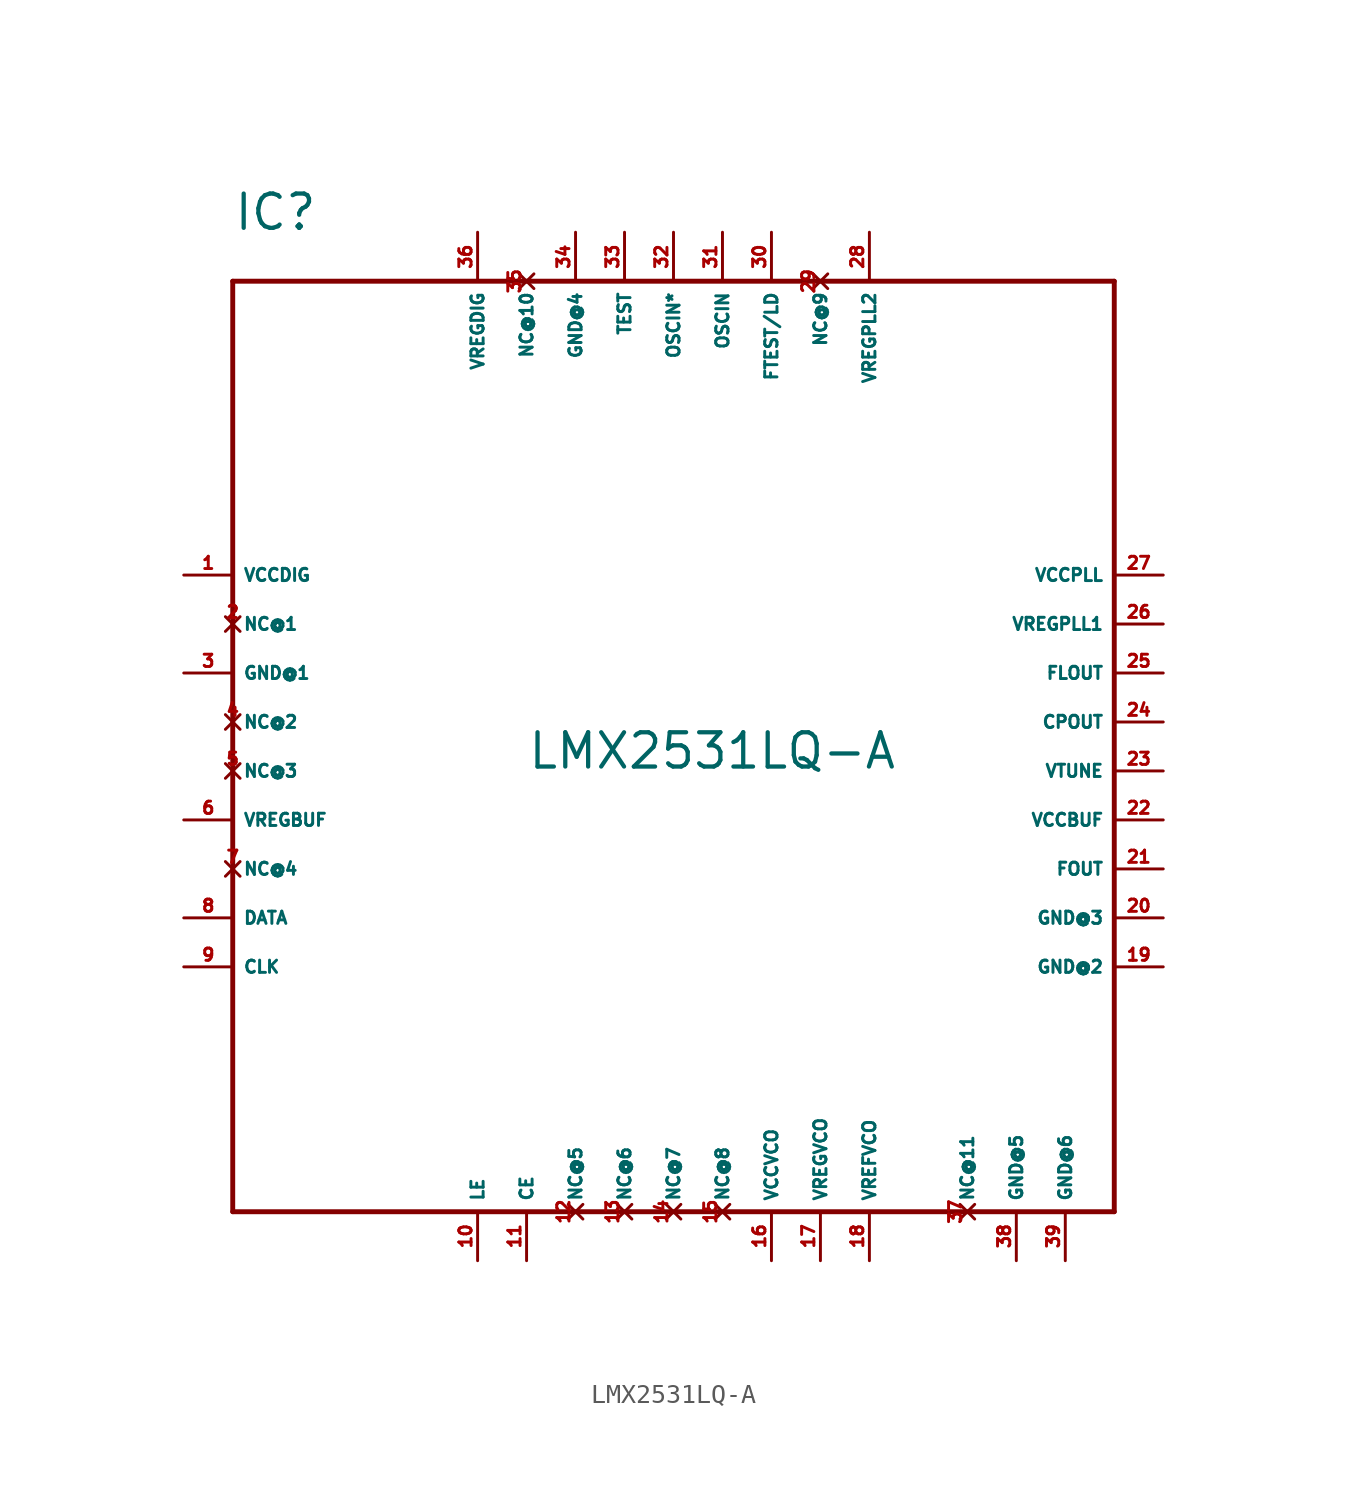
<source format=kicad_sym>
(kicad_symbol_lib
  (version 20220914)
  (generator Eagle2Kicad)
  (symbol "LMX2531LQ-A"
    (property "Reference" "IC"
      (at -22.86 27.94 0)
      (effects (font (size 1.778 1.778) (thickness 0.22)) (justify left bottom)))
    (property "Value" "LMX2531LQ-A"
      (at -7.62 0 0)
      (effects (font (size 1.778 1.778) (thickness 0.22)) (justify left bottom)))
    (polyline
      (pts (xy -22.86 25.4) (xy 22.86 25.4))
      (stroke (width 0.254) (type default))
      (fill (type none)))
    (polyline
      (pts (xy 22.86 25.4) (xy 22.86 -22.86))
      (stroke (width 0.254) (type default))
      (fill (type none)))
    (polyline
      (pts (xy 22.86 -22.86) (xy -22.86 -22.86))
      (stroke (width 0.254) (type default))
      (fill (type none)))
    (polyline
      (pts (xy -22.86 -22.86) (xy -22.86 25.4))
      (stroke (width 0.254) (type default))
      (fill (type none)))
    (pin unspecified line
      (at -25.4 10.16 0)
      (length 2.54)
      (name "VCCDIG" (effects (font (size 0.635 0.635) (thickness 0.08)) (justify left bottom)))
      (number "1" (effects (font (size 0.635 0.635) (thickness 0.08)) (justify left bottom))))
    (pin no_connect line
      (at -22.86 7.62 0)
      (length 0)
      (name "NC@1" (effects (font (size 0.635 0.635) (thickness 0.08)) (justify left bottom) hide))
      (number "2" (effects (font (size 0.635 0.635) (thickness 0.08)) (justify left bottom) hide)))
    (pin no_connect line
      (at -22.86 2.54 0)
      (length 0)
      (name "NC@2" (effects (font (size 0.635 0.635) (thickness 0.08)) (justify left bottom) hide))
      (number "4" (effects (font (size 0.635 0.635) (thickness 0.08)) (justify left bottom) hide)))
    (pin no_connect line
      (at -22.86 0 0)
      (length 0)
      (name "NC@3" (effects (font (size 0.635 0.635) (thickness 0.08)) (justify left bottom) hide))
      (number "5" (effects (font (size 0.635 0.635) (thickness 0.08)) (justify left bottom) hide)))
    (pin no_connect line
      (at -22.86 -5.08 0)
      (length 0)
      (name "NC@4" (effects (font (size 0.635 0.635) (thickness 0.08)) (justify left bottom) hide))
      (number "7" (effects (font (size 0.635 0.635) (thickness 0.08)) (justify left bottom) hide)))
    (pin no_connect line
      (at -5.08 -22.86 90)
      (length 0)
      (name "NC@5" (effects (font (size 0.635 0.635) (thickness 0.08)) (justify left bottom) hide))
      (number "12" (effects (font (size 0.635 0.635) (thickness 0.08)) (justify left bottom) hide)))
    (pin no_connect line
      (at -2.54 -22.86 90)
      (length 0)
      (name "NC@6" (effects (font (size 0.635 0.635) (thickness 0.08)) (justify left bottom) hide))
      (number "13" (effects (font (size 0.635 0.635) (thickness 0.08)) (justify left bottom) hide)))
    (pin no_connect line
      (at 0 -22.86 90)
      (length 0)
      (name "NC@7" (effects (font (size 0.635 0.635) (thickness 0.08)) (justify left bottom) hide))
      (number "14" (effects (font (size 0.635 0.635) (thickness 0.08)) (justify left bottom) hide)))
    (pin no_connect line
      (at 2.54 -22.86 90)
      (length 0)
      (name "NC@8" (effects (font (size 0.635 0.635) (thickness 0.08)) (justify left bottom) hide))
      (number "15" (effects (font (size 0.635 0.635) (thickness 0.08)) (justify left bottom) hide)))
    (pin no_connect line
      (at 7.62 25.4 270)
      (length 0)
      (name "NC@9" (effects (font (size 0.635 0.635) (thickness 0.08)) (justify left bottom) hide))
      (number "29" (effects (font (size 0.635 0.635) (thickness 0.08)) (justify left bottom) hide)))
    (pin no_connect line
      (at -7.62 25.4 270)
      (length 0)
      (name "NC@10" (effects (font (size 0.635 0.635) (thickness 0.08)) (justify left bottom) hide))
      (number "35" (effects (font (size 0.635 0.635) (thickness 0.08)) (justify left bottom) hide)))
    (pin unspecified line
      (at -25.4 5.08 0)
      (length 2.54)
      (name "GND@1" (effects (font (size 0.635 0.635) (thickness 0.08)) (justify left bottom)))
      (number "3" (effects (font (size 0.635 0.635) (thickness 0.08)) (justify left bottom))))
    (pin unspecified line
      (at 25.4 -10.16 180)
      (length 2.54)
      (name "GND@2" (effects (font (size 0.635 0.635) (thickness 0.08)) (justify left bottom)))
      (number "19" (effects (font (size 0.635 0.635) (thickness 0.08)) (justify left bottom))))
    (pin unspecified line
      (at 25.4 -7.62 180)
      (length 2.54)
      (name "GND@3" (effects (font (size 0.635 0.635) (thickness 0.08)) (justify left bottom)))
      (number "20" (effects (font (size 0.635 0.635) (thickness 0.08)) (justify left bottom))))
    (pin unspecified line
      (at -5.08 27.94 270)
      (length 2.54)
      (name "GND@4" (effects (font (size 0.635 0.635) (thickness 0.08)) (justify left bottom)))
      (number "34" (effects (font (size 0.635 0.635) (thickness 0.08)) (justify left bottom))))
    (pin input line
      (at -25.4 -2.54 0)
      (length 2.54)
      (name "VREGBUF" (effects (font (size 0.635 0.635) (thickness 0.08)) (justify left bottom)))
      (number "6" (effects (font (size 0.635 0.635) (thickness 0.08)) (justify left bottom))))
    (pin input line
      (at -25.4 -7.62 0)
      (length 2.54)
      (name "DATA" (effects (font (size 0.635 0.635) (thickness 0.08)) (justify left bottom)))
      (number "8" (effects (font (size 0.635 0.635) (thickness 0.08)) (justify left bottom))))
    (pin input line
      (at -25.4 -10.16 0)
      (length 2.54)
      (name "CLK" (effects (font (size 0.635 0.635) (thickness 0.08)) (justify left bottom)))
      (number "9" (effects (font (size 0.635 0.635) (thickness 0.08)) (justify left bottom))))
    (pin input line
      (at -10.16 -25.4 90)
      (length 2.54)
      (name "LE" (effects (font (size 0.635 0.635) (thickness 0.08)) (justify left bottom)))
      (number "10" (effects (font (size 0.635 0.635) (thickness 0.08)) (justify left bottom))))
    (pin input line
      (at -7.62 -25.4 90)
      (length 2.54)
      (name "CE" (effects (font (size 0.635 0.635) (thickness 0.08)) (justify left bottom)))
      (number "11" (effects (font (size 0.635 0.635) (thickness 0.08)) (justify left bottom))))
    (pin input line
      (at 5.08 -25.4 90)
      (length 2.54)
      (name "VCCVCO" (effects (font (size 0.635 0.635) (thickness 0.08)) (justify left bottom)))
      (number "16" (effects (font (size 0.635 0.635) (thickness 0.08)) (justify left bottom))))
    (pin passive line
      (at 7.62 -25.4 90)
      (length 2.54)
      (name "VREGVCO" (effects (font (size 0.635 0.635) (thickness 0.08)) (justify left bottom)))
      (number "17" (effects (font (size 0.635 0.635) (thickness 0.08)) (justify left bottom))))
    (pin passive line
      (at 10.16 -25.4 90)
      (length 2.54)
      (name "VREFVCO" (effects (font (size 0.635 0.635) (thickness 0.08)) (justify left bottom)))
      (number "18" (effects (font (size 0.635 0.635) (thickness 0.08)) (justify left bottom))))
    (pin output line
      (at 25.4 -5.08 180)
      (length 2.54)
      (name "FOUT" (effects (font (size 0.635 0.635) (thickness 0.08)) (justify left bottom)))
      (number "21" (effects (font (size 0.635 0.635) (thickness 0.08)) (justify left bottom))))
    (pin input line
      (at 25.4 -2.54 180)
      (length 2.54)
      (name "VCCBUF" (effects (font (size 0.635 0.635) (thickness 0.08)) (justify left bottom)))
      (number "22" (effects (font (size 0.635 0.635) (thickness 0.08)) (justify left bottom))))
    (pin input line
      (at 25.4 0 180)
      (length 2.54)
      (name "VTUNE" (effects (font (size 0.635 0.635) (thickness 0.08)) (justify left bottom)))
      (number "23" (effects (font (size 0.635 0.635) (thickness 0.08)) (justify left bottom))))
    (pin output line
      (at 25.4 2.54 180)
      (length 2.54)
      (name "CPOUT" (effects (font (size 0.635 0.635) (thickness 0.08)) (justify left bottom)))
      (number "24" (effects (font (size 0.635 0.635) (thickness 0.08)) (justify left bottom))))
    (pin output line
      (at 25.4 5.08 180)
      (length 2.54)
      (name "FLOUT" (effects (font (size 0.635 0.635) (thickness 0.08)) (justify left bottom)))
      (number "25" (effects (font (size 0.635 0.635) (thickness 0.08)) (justify left bottom))))
    (pin passive line
      (at 25.4 7.62 180)
      (length 2.54)
      (name "VREGPLL1" (effects (font (size 0.635 0.635) (thickness 0.08)) (justify left bottom)))
      (number "26" (effects (font (size 0.635 0.635) (thickness 0.08)) (justify left bottom))))
    (pin input line
      (at 25.4 10.16 180)
      (length 2.54)
      (name "VCCPLL" (effects (font (size 0.635 0.635) (thickness 0.08)) (justify left bottom)))
      (number "27" (effects (font (size 0.635 0.635) (thickness 0.08)) (justify left bottom))))
    (pin passive line
      (at 10.16 27.94 270)
      (length 2.54)
      (name "VREGPLL2" (effects (font (size 0.635 0.635) (thickness 0.08)) (justify left bottom)))
      (number "28" (effects (font (size 0.635 0.635) (thickness 0.08)) (justify left bottom))))
    (pin output line
      (at 5.08 27.94 270)
      (length 2.54)
      (name "FTEST/LD" (effects (font (size 0.635 0.635) (thickness 0.08)) (justify left bottom)))
      (number "30" (effects (font (size 0.635 0.635) (thickness 0.08)) (justify left bottom))))
    (pin input line
      (at 2.54 27.94 270)
      (length 2.54)
      (name "OSCIN" (effects (font (size 0.635 0.635) (thickness 0.08)) (justify left bottom)))
      (number "31" (effects (font (size 0.635 0.635) (thickness 0.08)) (justify left bottom))))
    (pin input line
      (at 0 27.94 270)
      (length 2.54)
      (name "OSCIN*" (effects (font (size 0.635 0.635) (thickness 0.08)) (justify left bottom)))
      (number "32" (effects (font (size 0.635 0.635) (thickness 0.08)) (justify left bottom))))
    (pin input line
      (at -2.54 27.94 270)
      (length 2.54)
      (name "TEST" (effects (font (size 0.635 0.635) (thickness 0.08)) (justify left bottom)))
      (number "33" (effects (font (size 0.635 0.635) (thickness 0.08)) (justify left bottom))))
    (pin input line
      (at -10.16 27.94 270)
      (length 2.54)
      (name "VREGDIG" (effects (font (size 0.635 0.635) (thickness 0.08)) (justify left bottom)))
      (number "36" (effects (font (size 0.635 0.635) (thickness 0.08)) (justify left bottom))))
    (pin no_connect line
      (at 15.24 -22.86 90)
      (length 0)
      (name "NC@11" (effects (font (size 0.635 0.635) (thickness 0.08)) (justify left bottom) hide))
      (number "37" (effects (font (size 0.635 0.635) (thickness 0.08)) (justify left bottom) hide)))
    (pin unspecified line
      (at 17.78 -25.4 90)
      (length 2.54)
      (name "GND@5" (effects (font (size 0.635 0.635) (thickness 0.08)) (justify left bottom)))
      (number "38" (effects (font (size 0.635 0.635) (thickness 0.08)) (justify left bottom))))
    (pin unspecified line
      (at 20.32 -25.4 90)
      (length 2.54)
      (name "GND@6" (effects (font (size 0.635 0.635) (thickness 0.08)) (justify left bottom)))
      (number "39" (effects (font (size 0.635 0.635) (thickness 0.08)) (justify left bottom))))))
</source>
